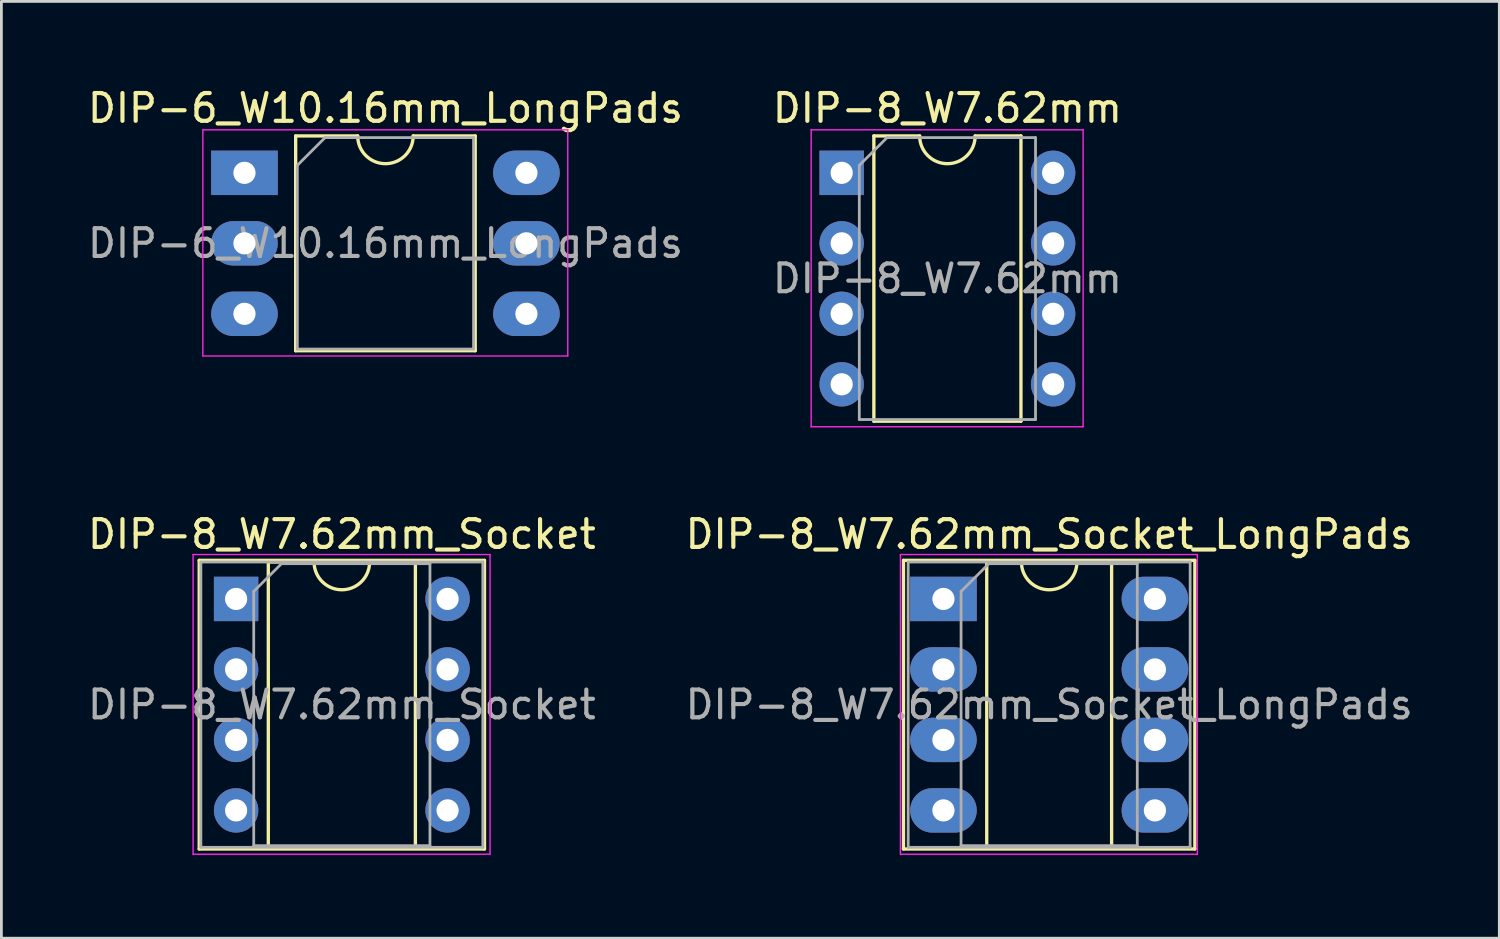
<source format=kicad_pcb>
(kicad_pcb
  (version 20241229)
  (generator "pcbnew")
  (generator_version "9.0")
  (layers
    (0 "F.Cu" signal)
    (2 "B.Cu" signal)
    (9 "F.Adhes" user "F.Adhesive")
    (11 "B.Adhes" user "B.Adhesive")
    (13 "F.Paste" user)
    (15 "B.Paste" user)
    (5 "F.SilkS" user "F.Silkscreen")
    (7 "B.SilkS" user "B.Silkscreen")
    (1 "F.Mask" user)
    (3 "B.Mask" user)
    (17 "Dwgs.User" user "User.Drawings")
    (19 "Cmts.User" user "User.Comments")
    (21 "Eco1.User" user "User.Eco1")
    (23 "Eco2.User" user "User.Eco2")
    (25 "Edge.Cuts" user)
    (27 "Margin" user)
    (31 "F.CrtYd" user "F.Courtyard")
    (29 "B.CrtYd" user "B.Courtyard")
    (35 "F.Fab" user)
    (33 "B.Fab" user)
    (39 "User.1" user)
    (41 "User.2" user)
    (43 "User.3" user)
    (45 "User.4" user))
  (footprint "DIP-8_W7.62mm_Socket_LongPads"
    (layer "F.Cu")
    (at 30.946 18.532)
    (property "Reference" "DIP-8_W7.62mm_Socket_LongPads" (at 3.81 -2.33 0) (layer "F.SilkS") (effects (font (size 1 1) (thickness 0.15))))
    (attr through_hole)
    (fp_line (start -1.44 -1.39) (end -1.44 9.01) (stroke (width 0.12) (type solid)) (layer "F.SilkS"))
    (fp_line (start -1.44 9.01) (end 9.06 9.01) (stroke (width 0.12) (type solid)) (layer "F.SilkS"))
    (fp_line (start 1.56 -1.33) (end 1.56 8.95) (stroke (width 0.12) (type solid)) (layer "F.SilkS"))
    (fp_line (start 1.56 8.95) (end 6.06 8.95) (stroke (width 0.12) (type solid)) (layer "F.SilkS"))
    (fp_line (start 2.81 -1.33) (end 1.56 -1.33) (stroke (width 0.12) (type solid)) (layer "F.SilkS"))
    (fp_line (start 6.06 -1.33) (end 4.81 -1.33) (stroke (width 0.12) (type solid)) (layer "F.SilkS"))
    (fp_line (start 6.06 8.95) (end 6.06 -1.33) (stroke (width 0.12) (type solid)) (layer "F.SilkS"))
    (fp_line (start 9.06 -1.39) (end -1.44 -1.39) (stroke (width 0.12) (type solid)) (layer "F.SilkS"))
    (fp_line (start 9.06 9.01) (end 9.06 -1.39) (stroke (width 0.12) (type solid)) (layer "F.SilkS"))
    (fp_arc (start 4.81 -1.33) (mid 3.81 -0.33) (end 2.81 -1.33) (stroke (width 0.12) (type solid)) (layer "F.SilkS"))
    (fp_line (start -1.55 -1.6) (end -1.55 9.2) (stroke (width 0.05) (type solid)) (layer "F.CrtYd"))
    (fp_line (start -1.55 9.2) (end 9.15 9.2) (stroke (width 0.05) (type solid)) (layer "F.CrtYd"))
    (fp_line (start 9.15 -1.6) (end -1.55 -1.6) (stroke (width 0.05) (type solid)) (layer "F.CrtYd"))
    (fp_line (start 9.15 9.2) (end 9.15 -1.6) (stroke (width 0.05) (type solid)) (layer "F.CrtYd"))
    (fp_line (start -1.27 -1.33) (end -1.27 8.95) (stroke (width 0.1) (type solid)) (layer "F.Fab"))
    (fp_line (start -1.27 8.95) (end 8.89 8.95) (stroke (width 0.1) (type solid)) (layer "F.Fab"))
    (fp_line (start 0.635 -0.27) (end 1.635 -1.27) (stroke (width 0.1) (type solid)) (layer "F.Fab"))
    (fp_line (start 0.635 8.89) (end 0.635 -0.27) (stroke (width 0.1) (type solid)) (layer "F.Fab"))
    (fp_line (start 1.635 -1.27) (end 6.985 -1.27) (stroke (width 0.1) (type solid)) (layer "F.Fab"))
    (fp_line (start 6.985 -1.27) (end 6.985 8.89) (stroke (width 0.1) (type solid)) (layer "F.Fab"))
    (fp_line (start 6.985 8.89) (end 0.635 8.89) (stroke (width 0.1) (type solid)) (layer "F.Fab"))
    (fp_line (start 8.89 -1.33) (end -1.27 -1.33) (stroke (width 0.1) (type solid)) (layer "F.Fab"))
    (fp_line (start 8.89 8.95) (end 8.89 -1.33) (stroke (width 0.1) (type solid)) (layer "F.Fab"))
    (fp_text user "${REFERENCE}" (at 3.81 3.81 0) (layer "F.Fab") (effects (font (size 1 1) (thickness 0.15))))
    (pad "1" thru_hole rect (at 0 0) (size 2.4 1.6) (drill 0.8) (layers "*.Cu" "*.Mask"))
    (pad "2" thru_hole oval (at 0 2.54) (size 2.4 1.6) (drill 0.8) (layers "*.Cu" "*.Mask"))
    (pad "3" thru_hole oval (at 0 5.08) (size 2.4 1.6) (drill 0.8) (layers "*.Cu" "*.Mask"))
    (pad "4" thru_hole oval (at 0 7.62) (size 2.4 1.6) (drill 0.8) (layers "*.Cu" "*.Mask"))
    (pad "5" thru_hole oval (at 7.62 7.62) (size 2.4 1.6) (drill 0.8) (layers "*.Cu" "*.Mask"))
    (pad "6" thru_hole oval (at 7.62 5.08) (size 2.4 1.6) (drill 0.8) (layers "*.Cu" "*.Mask"))
    (pad "7" thru_hole oval (at 7.62 2.54) (size 2.4 1.6) (drill 0.8) (layers "*.Cu" "*.Mask"))
    (pad "8" thru_hole oval (at 7.62 0) (size 2.4 1.6) (drill 0.8) (layers "*.Cu" "*.Mask")))
  (footprint "DIP-8_W7.62mm"
    (layer "F.Cu")
    (at 27.279 3.178)
    (property "Reference" "DIP-8_W7.62mm" (at 3.81 -2.33 0) (layer "F.SilkS") (effects (font (size 1 1) (thickness 0.15))))
    (attr through_hole)
    (fp_line (start 1.16 -1.33) (end 1.16 8.95) (stroke (width 0.12) (type solid)) (layer "F.SilkS"))
    (fp_line (start 1.16 8.95) (end 6.46 8.95) (stroke (width 0.12) (type solid)) (layer "F.SilkS"))
    (fp_line (start 2.81 -1.33) (end 1.16 -1.33) (stroke (width 0.12) (type solid)) (layer "F.SilkS"))
    (fp_line (start 6.46 -1.33) (end 4.81 -1.33) (stroke (width 0.12) (type solid)) (layer "F.SilkS"))
    (fp_line (start 6.46 8.95) (end 6.46 -1.33) (stroke (width 0.12) (type solid)) (layer "F.SilkS"))
    (fp_arc (start 4.81 -1.33) (mid 3.81 -0.33) (end 2.81 -1.33) (stroke (width 0.12) (type solid)) (layer "F.SilkS"))
    (fp_line (start -1.1 -1.55) (end -1.1 9.15) (stroke (width 0.05) (type solid)) (layer "F.CrtYd"))
    (fp_line (start -1.1 9.15) (end 8.7 9.15) (stroke (width 0.05) (type solid)) (layer "F.CrtYd"))
    (fp_line (start 8.7 -1.55) (end -1.1 -1.55) (stroke (width 0.05) (type solid)) (layer "F.CrtYd"))
    (fp_line (start 8.7 9.15) (end 8.7 -1.55) (stroke (width 0.05) (type solid)) (layer "F.CrtYd"))
    (fp_line (start 0.635 -0.27) (end 1.635 -1.27) (stroke (width 0.1) (type solid)) (layer "F.Fab"))
    (fp_line (start 0.635 8.89) (end 0.635 -0.27) (stroke (width 0.1) (type solid)) (layer "F.Fab"))
    (fp_line (start 1.635 -1.27) (end 6.985 -1.27) (stroke (width 0.1) (type solid)) (layer "F.Fab"))
    (fp_line (start 6.985 -1.27) (end 6.985 8.89) (stroke (width 0.1) (type solid)) (layer "F.Fab"))
    (fp_line (start 6.985 8.89) (end 0.635 8.89) (stroke (width 0.1) (type solid)) (layer "F.Fab"))
    (fp_text user "${REFERENCE}" (at 3.81 3.81 0) (layer "F.Fab") (effects (font (size 1 1) (thickness 0.15))))
    (pad "1" thru_hole rect (at 0 0) (size 1.6 1.6) (drill 0.8) (layers "*.Cu" "*.Mask"))
    (pad "2" thru_hole oval (at 0 2.54) (size 1.6 1.6) (drill 0.8) (layers "*.Cu" "*.Mask"))
    (pad "3" thru_hole oval (at 0 5.08) (size 1.6 1.6) (drill 0.8) (layers "*.Cu" "*.Mask"))
    (pad "4" thru_hole oval (at 0 7.62) (size 1.6 1.6) (drill 0.8) (layers "*.Cu" "*.Mask"))
    (pad "5" thru_hole oval (at 7.62 7.62) (size 1.6 1.6) (drill 0.8) (layers "*.Cu" "*.Mask"))
    (pad "6" thru_hole oval (at 7.62 5.08) (size 1.6 1.6) (drill 0.8) (layers "*.Cu" "*.Mask"))
    (pad "7" thru_hole oval (at 7.62 2.54) (size 1.6 1.6) (drill 0.8) (layers "*.Cu" "*.Mask"))
    (pad "8" thru_hole oval (at 7.62 0) (size 1.6 1.6) (drill 0.8) (layers "*.Cu" "*.Mask")))
  (footprint "DIP-8_W7.62mm_Socket"
    (layer "F.Cu")
    (at 5.458 18.532)
    (property "Reference" "DIP-8_W7.62mm_Socket" (at 3.81 -2.33 0) (layer "F.SilkS") (effects (font (size 1 1) (thickness 0.15))))
    (attr through_hole)
    (fp_line (start -1.33 -1.39) (end -1.33 9.01) (stroke (width 0.12) (type solid)) (layer "F.SilkS"))
    (fp_line (start -1.33 9.01) (end 8.95 9.01) (stroke (width 0.12) (type solid)) (layer "F.SilkS"))
    (fp_line (start 1.16 -1.33) (end 1.16 8.95) (stroke (width 0.12) (type solid)) (layer "F.SilkS"))
    (fp_line (start 1.16 8.95) (end 6.46 8.95) (stroke (width 0.12) (type solid)) (layer "F.SilkS"))
    (fp_line (start 2.81 -1.33) (end 1.16 -1.33) (stroke (width 0.12) (type solid)) (layer "F.SilkS"))
    (fp_line (start 6.46 -1.33) (end 4.81 -1.33) (stroke (width 0.12) (type solid)) (layer "F.SilkS"))
    (fp_line (start 6.46 8.95) (end 6.46 -1.33) (stroke (width 0.12) (type solid)) (layer "F.SilkS"))
    (fp_line (start 8.95 -1.39) (end -1.33 -1.39) (stroke (width 0.12) (type solid)) (layer "F.SilkS"))
    (fp_line (start 8.95 9.01) (end 8.95 -1.39) (stroke (width 0.12) (type solid)) (layer "F.SilkS"))
    (fp_arc (start 4.81 -1.33) (mid 3.81 -0.33) (end 2.81 -1.33) (stroke (width 0.12) (type solid)) (layer "F.SilkS"))
    (fp_line (start -1.55 -1.6) (end -1.55 9.2) (stroke (width 0.05) (type solid)) (layer "F.CrtYd"))
    (fp_line (start -1.55 9.2) (end 9.15 9.2) (stroke (width 0.05) (type solid)) (layer "F.CrtYd"))
    (fp_line (start 9.15 -1.6) (end -1.55 -1.6) (stroke (width 0.05) (type solid)) (layer "F.CrtYd"))
    (fp_line (start 9.15 9.2) (end 9.15 -1.6) (stroke (width 0.05) (type solid)) (layer "F.CrtYd"))
    (fp_line (start -1.27 -1.33) (end -1.27 8.95) (stroke (width 0.1) (type solid)) (layer "F.Fab"))
    (fp_line (start -1.27 8.95) (end 8.89 8.95) (stroke (width 0.1) (type solid)) (layer "F.Fab"))
    (fp_line (start 0.635 -0.27) (end 1.635 -1.27) (stroke (width 0.1) (type solid)) (layer "F.Fab"))
    (fp_line (start 0.635 8.89) (end 0.635 -0.27) (stroke (width 0.1) (type solid)) (layer "F.Fab"))
    (fp_line (start 1.635 -1.27) (end 6.985 -1.27) (stroke (width 0.1) (type solid)) (layer "F.Fab"))
    (fp_line (start 6.985 -1.27) (end 6.985 8.89) (stroke (width 0.1) (type solid)) (layer "F.Fab"))
    (fp_line (start 6.985 8.89) (end 0.635 8.89) (stroke (width 0.1) (type solid)) (layer "F.Fab"))
    (fp_line (start 8.89 -1.33) (end -1.27 -1.33) (stroke (width 0.1) (type solid)) (layer "F.Fab"))
    (fp_line (start 8.89 8.95) (end 8.89 -1.33) (stroke (width 0.1) (type solid)) (layer "F.Fab"))
    (fp_text user "${REFERENCE}" (at 3.81 3.81 0) (layer "F.Fab") (effects (font (size 1 1) (thickness 0.15))))
    (pad "1" thru_hole rect (at 0 0) (size 1.6 1.6) (drill 0.8) (layers "*.Cu" "*.Mask"))
    (pad "2" thru_hole oval (at 0 2.54) (size 1.6 1.6) (drill 0.8) (layers "*.Cu" "*.Mask"))
    (pad "3" thru_hole oval (at 0 5.08) (size 1.6 1.6) (drill 0.8) (layers "*.Cu" "*.Mask"))
    (pad "4" thru_hole oval (at 0 7.62) (size 1.6 1.6) (drill 0.8) (layers "*.Cu" "*.Mask"))
    (pad "5" thru_hole oval (at 7.62 7.62) (size 1.6 1.6) (drill 0.8) (layers "*.Cu" "*.Mask"))
    (pad "6" thru_hole oval (at 7.62 5.08) (size 1.6 1.6) (drill 0.8) (layers "*.Cu" "*.Mask"))
    (pad "7" thru_hole oval (at 7.62 2.54) (size 1.6 1.6) (drill 0.8) (layers "*.Cu" "*.Mask"))
    (pad "8" thru_hole oval (at 7.62 0) (size 1.6 1.6) (drill 0.8) (layers "*.Cu" "*.Mask")))
  (footprint "DIP-6_W10.16mm_LongPads"
    (layer "F.Cu")
    (at 5.759 3.178)
    (property "Reference" "DIP-6_W10.16mm_LongPads" (at 5.08 -2.33 0) (layer "F.SilkS") (effects (font (size 1 1) (thickness 0.15))))
    (attr through_hole)
    (fp_line (start 1.845 -1.33) (end 1.845 6.41) (stroke (width 0.12) (type solid)) (layer "F.SilkS"))
    (fp_line (start 1.845 6.41) (end 8.315 6.41) (stroke (width 0.12) (type solid)) (layer "F.SilkS"))
    (fp_line (start 4.08 -1.33) (end 1.845 -1.33) (stroke (width 0.12) (type solid)) (layer "F.SilkS"))
    (fp_line (start 8.315 -1.33) (end 6.08 -1.33) (stroke (width 0.12) (type solid)) (layer "F.SilkS"))
    (fp_line (start 8.315 6.41) (end 8.315 -1.33) (stroke (width 0.12) (type solid)) (layer "F.SilkS"))
    (fp_arc (start 6.08 -1.33) (mid 5.08 -0.33) (end 4.08 -1.33) (stroke (width 0.12) (type solid)) (layer "F.SilkS"))
    (fp_line (start -1.5 -1.55) (end -1.5 6.6) (stroke (width 0.05) (type solid)) (layer "F.CrtYd"))
    (fp_line (start -1.5 6.6) (end 11.65 6.6) (stroke (width 0.05) (type solid)) (layer "F.CrtYd"))
    (fp_line (start 11.65 -1.55) (end -1.5 -1.55) (stroke (width 0.05) (type solid)) (layer "F.CrtYd"))
    (fp_line (start 11.65 6.6) (end 11.65 -1.55) (stroke (width 0.05) (type solid)) (layer "F.CrtYd"))
    (fp_line (start 1.905 -0.27) (end 2.905 -1.27) (stroke (width 0.1) (type solid)) (layer "F.Fab"))
    (fp_line (start 1.905 6.35) (end 1.905 -0.27) (stroke (width 0.1) (type solid)) (layer "F.Fab"))
    (fp_line (start 2.905 -1.27) (end 8.255 -1.27) (stroke (width 0.1) (type solid)) (layer "F.Fab"))
    (fp_line (start 8.255 -1.27) (end 8.255 6.35) (stroke (width 0.1) (type solid)) (layer "F.Fab"))
    (fp_line (start 8.255 6.35) (end 1.905 6.35) (stroke (width 0.1) (type solid)) (layer "F.Fab"))
    (fp_text user "${REFERENCE}" (at 5.08 2.54 0) (layer "F.Fab") (effects (font (size 1 1) (thickness 0.15))))
    (pad "1" thru_hole rect (at 0 0) (size 2.4 1.6) (drill 0.8) (layers "*.Cu" "*.Mask"))
    (pad "2" thru_hole oval (at 0 2.54) (size 2.4 1.6) (drill 0.8) (layers "*.Cu" "*.Mask"))
    (pad "3" thru_hole oval (at 0 5.08) (size 2.4 1.6) (drill 0.8) (layers "*.Cu" "*.Mask"))
    (pad "4" thru_hole oval (at 10.16 5.08) (size 2.4 1.6) (drill 0.8) (layers "*.Cu" "*.Mask"))
    (pad "5" thru_hole oval (at 10.16 2.54) (size 2.4 1.6) (drill 0.8) (layers "*.Cu" "*.Mask"))
    (pad "6" thru_hole oval (at 10.16 0) (size 2.4 1.6) (drill 0.8) (layers "*.Cu" "*.Mask")))
  (gr_rect
    (start -3 -3)
    (end 50.976 30.756)
    (stroke (width 0.1) (type default))
    (fill no)
    (layer "Edge.Cuts")))
</source>
